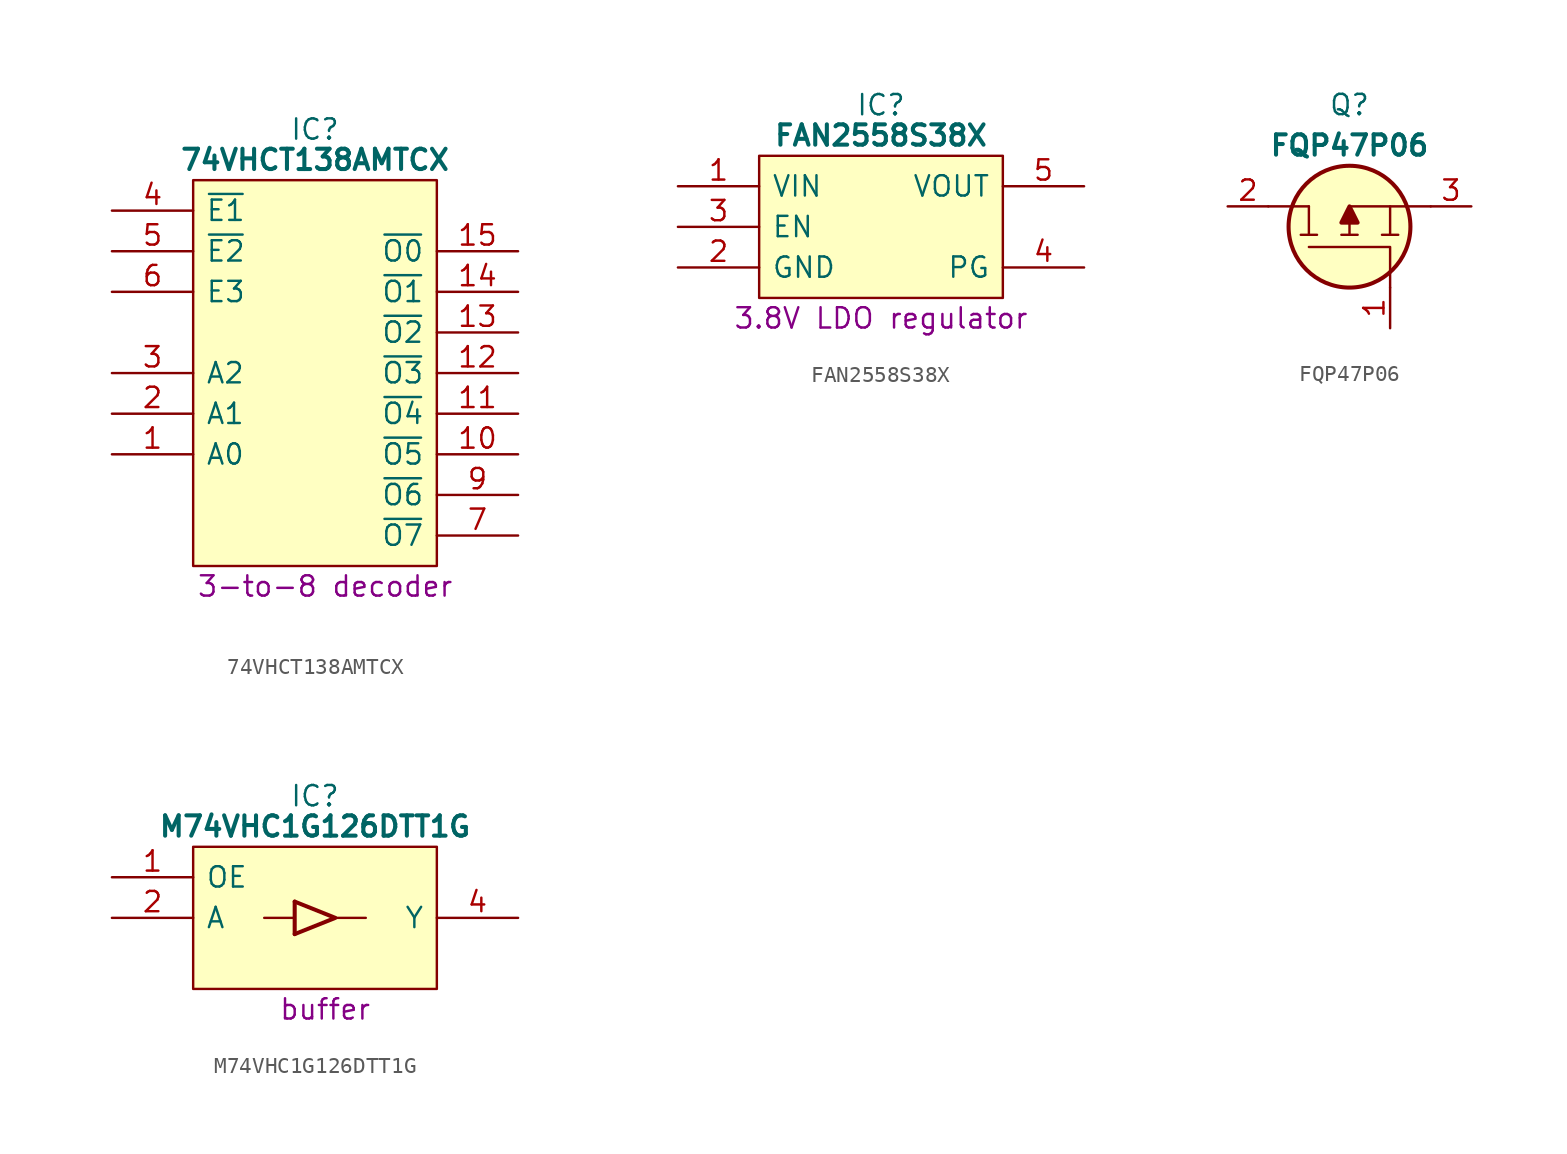
<source format=kicad_sym>
(kicad_symbol_lib
  (version 20241209)
  (generator "kicad_symbol_editor")
  (generator_version "9.0")
  (symbol "74VHCT138AMTCX"
    (pin_names
      (offset 0.762))
    (property "Reference" "IC"
      (at 12.7 5.08 0)
      (effects (font (size 1.27 1.27))))
    (property "Value" "74VHCT138AMTCX"
      (at 12.7 3.175 0)
      (effects (font (size 1.27 1.27) (bold yes))))
    (property "Description" "3-to-8 decoder"
      (at 13.335 -23.495 0)
      (effects (font (size 1.27 1.27))))
    (symbol "74VHCT138AMTCX_0_0"
      (pin input line (at 0 0 0) (length 5.08) (name "~{E1}" (effects (font (size 1.27 1.27)))) (number "4" (effects (font (size 1.27 1.27)))))
      (pin input line (at 0 -2.54 0) (length 5.08) (name "~{E2}" (effects (font (size 1.27 1.27)))) (number "5" (effects (font (size 1.27 1.27)))))
      (pin input line (at 0 -5.08 0) (length 5.08) (name "E3" (effects (font (size 1.27 1.27)))) (number "6" (effects (font (size 1.27 1.27)))))
      (pin input line (at 0 -10.16 0) (length 5.08) (name "A2" (effects (font (size 1.27 1.27)))) (number "3" (effects (font (size 1.27 1.27)))))
      (pin input line (at 0 -12.7 0) (length 5.08) (name "A1" (effects (font (size 1.27 1.27)))) (number "2" (effects (font (size 1.27 1.27)))))
      (pin input line (at 0 -15.24 0) (length 5.08) (name "A0" (effects (font (size 1.27 1.27)))) (number "1" (effects (font (size 1.27 1.27)))))
      (pin passive line (at 0 -20.32 0) (length 5.08) (hide yes) (name "GND" (effects (font (size 1.27 1.27)))) (number "8" (effects (font (size 1.27 1.27)))))
      (pin passive line (at 25.4 0 180) (length 5.08) (hide yes) (name "5V" (effects (font (size 1.27 1.27)))) (number "16" (effects (font (size 1.27 1.27)))))
      (pin output line (at 25.4 -2.54 180) (length 5.08) (name "~{O0}" (effects (font (size 1.27 1.27)))) (number "15" (effects (font (size 1.27 1.27)))))
      (pin output line (at 25.4 -5.08 180) (length 5.08) (name "~{O1}" (effects (font (size 1.27 1.27)))) (number "14" (effects (font (size 1.27 1.27)))))
      (pin output line (at 25.4 -7.62 180) (length 5.08) (name "~{O2}" (effects (font (size 1.27 1.27)))) (number "13" (effects (font (size 1.27 1.27)))))
      (pin output line (at 25.4 -10.16 180) (length 5.08) (name "~{O3}" (effects (font (size 1.27 1.27)))) (number "12" (effects (font (size 1.27 1.27)))))
      (pin output line (at 25.4 -12.7 180) (length 5.08) (name "~{O4}" (effects (font (size 1.27 1.27)))) (number "11" (effects (font (size 1.27 1.27)))))
      (pin output line (at 25.4 -15.24 180) (length 5.08) (name "~{O5}" (effects (font (size 1.27 1.27)))) (number "10" (effects (font (size 1.27 1.27)))))
      (pin output line (at 25.4 -17.78 180) (length 5.08) (name "~{O6}" (effects (font (size 1.27 1.27)))) (number "9" (effects (font (size 1.27 1.27)))))
      (pin output line (at 25.4 -20.32 180) (length 5.08) (name "~{O7}" (effects (font (size 1.27 1.27)))) (number "7" (effects (font (size 1.27 1.27))))))
    (symbol "74VHCT138AMTCX_0_1"
      (polyline (pts (xy 5.08 1.905) (xy 20.32 1.905) (xy 20.32 -22.225) (xy 5.08 -22.225) (xy 5.08 1.905)) (stroke (width 0.152) (type default)) (fill (type background)))))
  (symbol "FAN2558S38X"
    (pin_names
      (offset 0.762))
    (property "Reference" "IC"
      (at 12.7 5.08 0)
      (effects (font (size 1.27 1.27))))
    (property "Value" "FAN2558S38X"
      (at 12.7 3.175 0)
      (effects (font (size 1.27 1.27) (bold yes))))
    (property "Description" "3.8V LDO regulator"
      (at 12.7 -8.255 0)
      (effects (font (size 1.27 1.27))))
    (symbol "FAN2558S38X_0_0"
      (pin passive line (at 0 0 0) (length 5.08) (name "VIN" (effects (font (size 1.27 1.27)))) (number "1" (effects (font (size 1.27 1.27)))))
      (pin passive line (at 0 -2.54 0) (length 5.08) (name "EN" (effects (font (size 1.27 1.27)))) (number "3" (effects (font (size 1.27 1.27)))))
      (pin passive line (at 0 -5.08 0) (length 5.08) (name "GND" (effects (font (size 1.27 1.27)))) (number "2" (effects (font (size 1.27 1.27)))))
      (pin passive line (at 25.4 0 180) (length 5.08) (name "VOUT" (effects (font (size 1.27 1.27)))) (number "5" (effects (font (size 1.27 1.27)))))
      (pin passive line (at 25.4 -5.08 180) (length 5.08) (name "PG" (effects (font (size 1.27 1.27)))) (number "4" (effects (font (size 1.27 1.27))))))
    (symbol "FAN2558S38X_0_1"
      (polyline (pts (xy 5.08 1.905) (xy 20.32 1.905) (xy 20.32 -6.985) (xy 5.08 -6.985) (xy 5.08 1.905)) (stroke (width 0) (type default)) (fill (type background)))))
  (symbol "FQP47P06"
    (pin_names
      (offset 0.762))
    (property "Reference" "Q"
      (at 7.62 6.35 0)
      (effects (font (size 1.27 1.27))))
    (property "Value" "FQP47P06"
      (at 7.62 3.81 0)
      (effects (font (size 1.27 1.27) (thickness 0.254) (bold yes))))
    (symbol "FQP47P06_0_0"
      (pin passive line (at 0 0 0) (length 2.54) (name "~" (effects (font (size 1.27 1.27)))) (number "2" (effects (font (size 1.27 1.27)))))
      (pin passive line (at 10.16 -7.62 90) (length 2.54) (name "~" (effects (font (size 1.27 1.27)))) (number "1" (effects (font (size 1.27 1.27)))))
      (pin passive line (at 15.24 0 180) (length 2.54) (name "~" (effects (font (size 1.27 1.27)))) (number "3" (effects (font (size 1.27 1.27))))))
    (symbol "FQP47P06_0_1"
      (polyline (pts (xy 4.572 -1.778) (xy 5.588 -1.778)) (stroke (width 0.152) (type solid)) (fill (type none)))
      (polyline (pts (xy 5.08 0) (xy 2.54 0)) (stroke (width 0.152) (type solid)) (fill (type none)))
      (polyline (pts (xy 5.08 0) (xy 5.08 -1.778)) (stroke (width 0.152) (type solid)) (fill (type none)))
      (polyline (pts (xy 7.62 0) (xy 7.62 -1.778)) (stroke (width 0.152) (type solid)) (fill (type none)))
      (polyline (pts (xy 7.62 0) (xy 12.7 0)) (stroke (width 0.152) (type solid)) (fill (type none)))
      (polyline (pts (xy 7.62 0) (xy 7.112 -1.016) (xy 8.128 -1.016) (xy 7.62 0)) (stroke (width 0.254) (type solid)) (fill (type outline)))
      (polyline (pts (xy 8.128 -1.778) (xy 7.112 -1.778)) (stroke (width 0.152) (type solid)) (fill (type none)))
      (polyline (pts (xy 10.16 -1.778) (xy 10.16 0)) (stroke (width 0.152) (type solid)) (fill (type none)))
      (polyline (pts (xy 10.16 -5.08) (xy 10.16 -2.54) (xy 5.08 -2.54)) (stroke (width 0.152) (type solid)) (fill (type none)))
      (polyline (pts (xy 10.668 -1.778) (xy 9.652 -1.778)) (stroke (width 0.152) (type solid)) (fill (type none))))
    (symbol "FQP47P06_1_1"
      (circle (center 7.62 -1.27) (radius 3.81) (stroke (width 0.254) (type solid)) (fill (type background)))))
  (symbol "M74VHC1G126DTT1G"
    (pin_names
      (offset 0.762))
    (property "Reference" "IC"
      (at 12.7 5.08 0)
      (effects (font (size 1.27 1.27))))
    (property "Value" "M74VHC1G126DTT1G"
      (at 12.7 3.175 0)
      (effects (font (size 1.27 1.27) (bold yes))))
    (property "Description" "buffer"
      (at 13.335 -8.255 0)
      (effects (font (size 1.27 1.27))))
    (symbol "M74VHC1G126DTT1G_0_0"
      (pin passive line (at 0 0 0) (length 5.08) (name "OE" (effects (font (size 1.27 1.27)))) (number "1" (effects (font (size 1.27 1.27)))))
      (pin passive line (at 0 -2.54 0) (length 5.08) (name "A" (effects (font (size 1.27 1.27)))) (number "2" (effects (font (size 1.27 1.27)))))
      (pin passive line (at 0 -5.08 0) (length 5.08) (hide yes) (name "GND" (effects (font (size 1.27 1.27)))) (number "3" (effects (font (size 1.27 1.27)))))
      (pin passive line (at 25.4 0 180) (length 5.08) (hide yes) (name "5V" (effects (font (size 1.27 1.27)))) (number "5" (effects (font (size 1.27 1.27)))))
      (pin passive line (at 25.4 -2.54 180) (length 5.08) (name "Y" (effects (font (size 1.27 1.27)))) (number "4" (effects (font (size 1.27 1.27))))))
    (symbol "M74VHC1G126DTT1G_0_1"
      (polyline (pts (xy 5.08 1.905) (xy 20.32 1.905) (xy 20.32 -6.985) (xy 5.08 -6.985) (xy 5.08 1.905)) (stroke (width 0.152) (type default)) (fill (type background)))
      (polyline (pts (xy 9.525 -2.54) (xy 11.43 -2.54)) (stroke (width 0) (type default)) (fill (type none)))
      (rectangle (start 11.43 -1.524) (end 11.43 -3.556) (stroke (width 0.254) (type default)) (fill (type background)))
      (polyline (pts (xy 11.43 -3.556) (xy 13.97 -2.54) (xy 11.43 -1.524)) (stroke (width 0.254) (type default)) (fill (type none)))
      (polyline (pts (xy 13.97 -2.54) (xy 15.875 -2.54)) (stroke (width 0) (type default)) (fill (type none))))))
</source>
